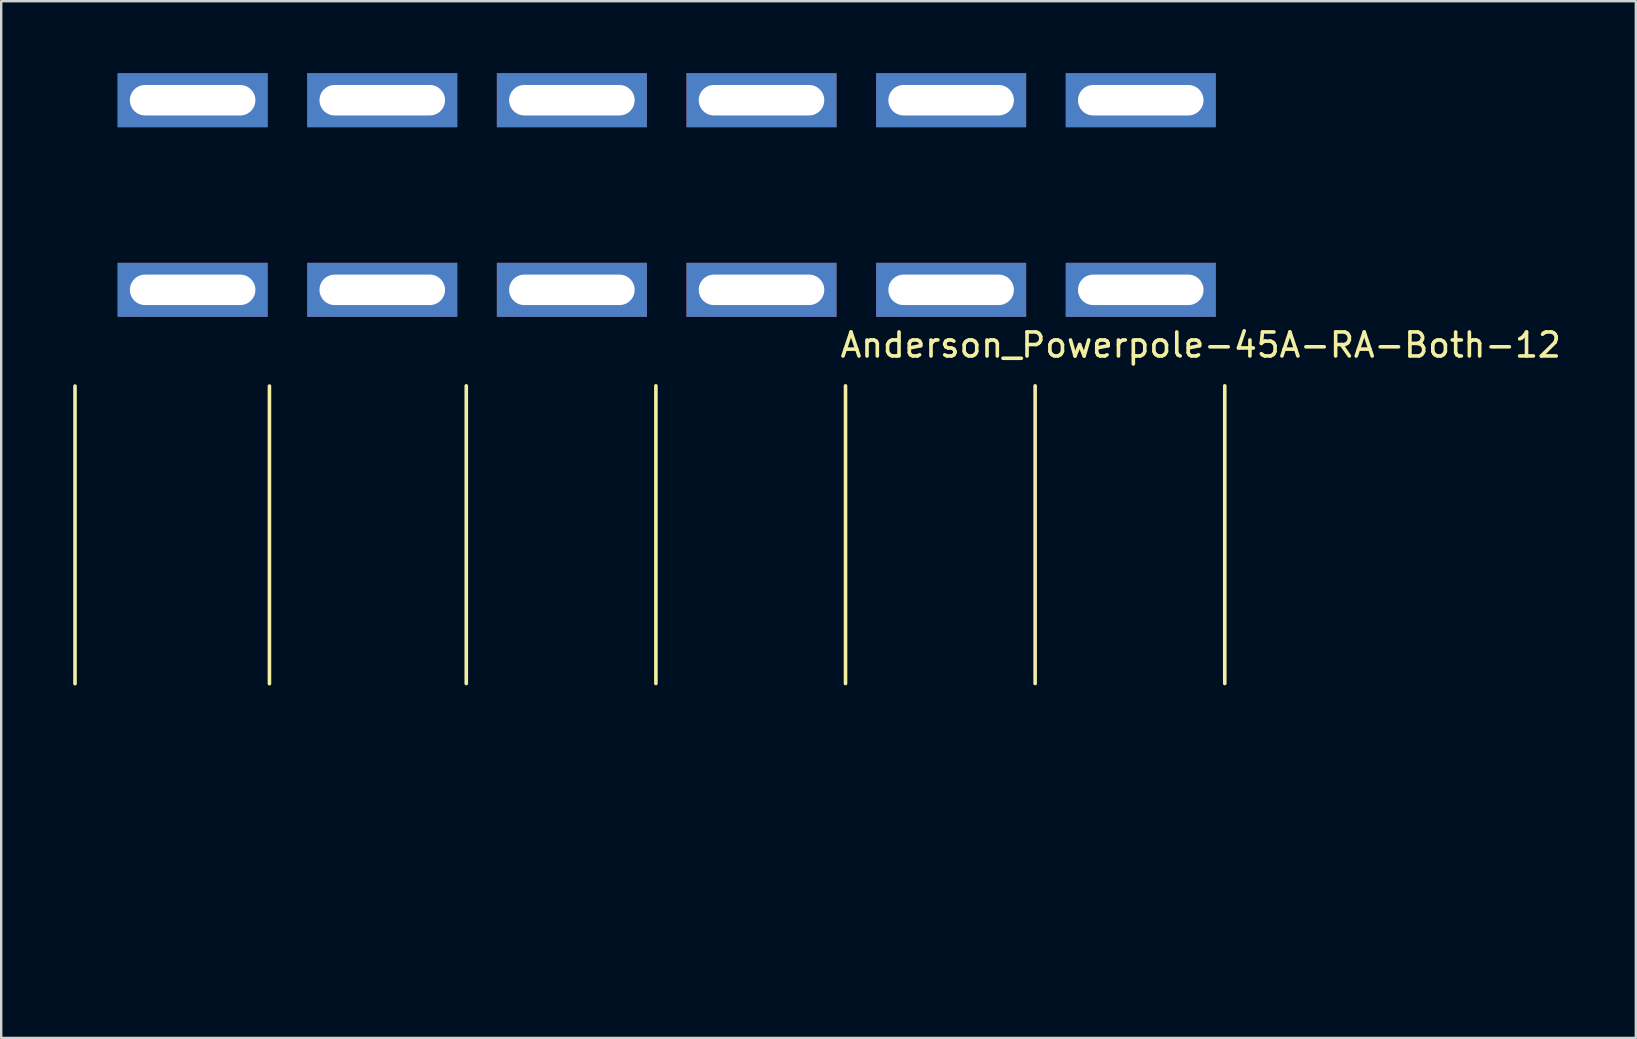
<source format=kicad_pcb>
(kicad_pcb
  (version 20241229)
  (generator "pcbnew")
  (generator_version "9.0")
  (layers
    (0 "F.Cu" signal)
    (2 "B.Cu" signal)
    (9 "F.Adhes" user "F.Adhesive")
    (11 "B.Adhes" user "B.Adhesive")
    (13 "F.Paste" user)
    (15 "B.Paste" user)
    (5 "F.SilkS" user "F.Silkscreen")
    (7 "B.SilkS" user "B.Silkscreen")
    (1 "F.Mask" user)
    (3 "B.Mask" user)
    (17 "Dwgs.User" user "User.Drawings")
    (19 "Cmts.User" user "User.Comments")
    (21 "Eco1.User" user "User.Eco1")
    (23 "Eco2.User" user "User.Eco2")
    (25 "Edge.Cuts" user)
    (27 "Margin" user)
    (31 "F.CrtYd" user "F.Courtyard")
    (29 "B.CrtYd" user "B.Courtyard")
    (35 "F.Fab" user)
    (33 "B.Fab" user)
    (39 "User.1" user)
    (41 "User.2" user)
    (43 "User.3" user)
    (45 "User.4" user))
  (footprint "Anderson_Powerpole-45A-RA-Both-12"
    (layer "F.Cu")
    (at 4.975 1.125)
    (property "Reference" "Anderson_Powerpole-45A-RA-Both-12" (at 42 10.2 0) (layer "F.SilkS") (effects (font (size 1 1) (thickness 0.15))))
    (attr through_hole)
    (fp_line (start -4.9 11.908) (end -4.9 24.308) (stroke (width 0.15) (type solid)) (layer "F.SilkS"))
    (fp_line (start 3.2 11.908) (end 3.2 24.308) (stroke (width 0.15) (type solid)) (layer "F.SilkS"))
    (fp_line (start 11.4 11.9) (end 11.4 24.3) (stroke (width 0.15) (type solid)) (layer "F.SilkS"))
    (fp_line (start 19.3 11.9) (end 19.3 24.3) (stroke (width 0.15) (type solid)) (layer "F.SilkS"))
    (fp_line (start 27.2 11.9) (end 27.2 24.3) (stroke (width 0.15) (type solid)) (layer "F.SilkS"))
    (fp_line (start 35.1 11.9) (end 35.1 24.3) (stroke (width 0.15) (type solid)) (layer "F.SilkS"))
    (fp_line (start 43 11.9) (end 43 24.3) (stroke (width 0.15) (type solid)) (layer "F.SilkS"))
    (fp_line (start 0 0) (end 0 34.492) (stroke (width 0.15) (type solid)) (layer "Eco1.User"))
    (fp_line (start 0.25 34.492) (end -0.25 34.492) (stroke (width 0.15) (type solid)) (layer "Eco1.User"))
    (fp_line (start 7.9 0) (end 7.9 34.492) (stroke (width 0.15) (type solid)) (layer "Eco1.User"))
    (fp_line (start 8.15 34.492) (end 7.65 34.492) (stroke (width 0.15) (type solid)) (layer "Eco1.User"))
    (fp_line (start 15.8 0) (end 15.8 34.492) (stroke (width 0.15) (type solid)) (layer "Eco1.User"))
    (fp_line (start 16.05 34.492) (end 15.55 34.492) (stroke (width 0.15) (type solid)) (layer "Eco1.User"))
    (fp_line (start 23.7 0) (end 23.7 34.492) (stroke (width 0.15) (type solid)) (layer "Eco1.User"))
    (fp_line (start 23.95 34.492) (end 23.45 34.492) (stroke (width 0.15) (type solid)) (layer "Eco1.User"))
    (fp_line (start 31.6 0) (end 31.6 34.492) (stroke (width 0.15) (type solid)) (layer "Eco1.User"))
    (fp_line (start 31.85 34.492) (end 31.35 34.492) (stroke (width 0.15) (type solid)) (layer "Eco1.User"))
    (fp_line (start 39.5 0) (end 39.5 34.492) (stroke (width 0.15) (type solid)) (layer "Eco1.User"))
    (fp_line (start 39.75 34.492) (end 39.25 34.492) (stroke (width 0.15) (type solid)) (layer "Eco1.User"))
    (fp_line (start -4.2 11.392) (end 4.2 11.392) (stroke (width 0.15) (type solid)) (layer "Eco2.User"))
    (fp_line (start -4.1 24.792) (end -4.2 11.392) (stroke (width 0.15) (type solid)) (layer "Eco2.User"))
    (fp_line (start -3.95 35.992) (end -4.1 27.392) (stroke (width 0.15) (type solid)) (layer "Eco2.User"))
    (fp_line (start 3.7 11.392) (end 12.1 11.392) (stroke (width 0.15) (type solid)) (layer "Eco2.User"))
    (fp_line (start 3.8 24.792) (end 3.7 11.392) (stroke (width 0.15) (type solid)) (layer "Eco2.User"))
    (fp_line (start 3.95 35.992) (end -3.95 35.992) (stroke (width 0.15) (type solid)) (layer "Eco2.User"))
    (fp_line (start 3.95 35.992) (end 3.8 27.392) (stroke (width 0.15) (type solid)) (layer "Eco2.User"))
    (fp_line (start 3.95 35.992) (end 4.1 27.392) (stroke (width 0.15) (type solid)) (layer "Eco2.User"))
    (fp_line (start 4.1 24.792) (end 4.2 11.392) (stroke (width 0.15) (type solid)) (layer "Eco2.User"))
    (fp_line (start 11.6 11.392) (end 20 11.392) (stroke (width 0.15) (type solid)) (layer "Eco2.User"))
    (fp_line (start 11.7 24.792) (end 11.6 11.392) (stroke (width 0.15) (type solid)) (layer "Eco2.User"))
    (fp_line (start 11.85 35.992) (end 3.95 35.992) (stroke (width 0.15) (type solid)) (layer "Eco2.User"))
    (fp_line (start 11.85 35.992) (end 11.7 27.392) (stroke (width 0.15) (type solid)) (layer "Eco2.User"))
    (fp_line (start 11.85 35.992) (end 12 27.392) (stroke (width 0.15) (type solid)) (layer "Eco2.User"))
    (fp_line (start 12 24.792) (end 12.1 11.392) (stroke (width 0.15) (type solid)) (layer "Eco2.User"))
    (fp_line (start 19.5 11.392) (end 27.9 11.392) (stroke (width 0.15) (type solid)) (layer "Eco2.User"))
    (fp_line (start 19.6 24.792) (end 19.5 11.392) (stroke (width 0.15) (type solid)) (layer "Eco2.User"))
    (fp_line (start 19.75 35.992) (end 11.85 35.992) (stroke (width 0.15) (type solid)) (layer "Eco2.User"))
    (fp_line (start 19.75 35.992) (end 19.6 27.392) (stroke (width 0.15) (type solid)) (layer "Eco2.User"))
    (fp_line (start 19.75 35.992) (end 19.9 27.392) (stroke (width 0.15) (type solid)) (layer "Eco2.User"))
    (fp_line (start 19.9 24.792) (end 20 11.392) (stroke (width 0.15) (type solid)) (layer "Eco2.User"))
    (fp_line (start 27.4 11.392) (end 35.8 11.392) (stroke (width 0.15) (type solid)) (layer "Eco2.User"))
    (fp_line (start 27.5 24.792) (end 27.4 11.392) (stroke (width 0.15) (type solid)) (layer "Eco2.User"))
    (fp_line (start 27.65 35.992) (end 19.75 35.992) (stroke (width 0.15) (type solid)) (layer "Eco2.User"))
    (fp_line (start 27.65 35.992) (end 27.5 27.392) (stroke (width 0.15) (type solid)) (layer "Eco2.User"))
    (fp_line (start 27.65 35.992) (end 27.8 27.392) (stroke (width 0.15) (type solid)) (layer "Eco2.User"))
    (fp_line (start 27.8 24.792) (end 27.9 11.392) (stroke (width 0.15) (type solid)) (layer "Eco2.User"))
    (fp_line (start 35.3 11.392) (end 43.7 11.392) (stroke (width 0.15) (type solid)) (layer "Eco2.User"))
    (fp_line (start 35.4 24.792) (end 35.3 11.392) (stroke (width 0.15) (type solid)) (layer "Eco2.User"))
    (fp_line (start 35.55 35.992) (end 27.65 35.992) (stroke (width 0.15) (type solid)) (layer "Eco2.User"))
    (fp_line (start 35.55 35.992) (end 35.4 27.392) (stroke (width 0.15) (type solid)) (layer "Eco2.User"))
    (fp_line (start 35.55 35.992) (end 35.7 27.392) (stroke (width 0.15) (type solid)) (layer "Eco2.User"))
    (fp_line (start 35.7 24.792) (end 35.8 11.392) (stroke (width 0.15) (type solid)) (layer "Eco2.User"))
    (fp_line (start 43.45 35.992) (end 35.55 35.992) (stroke (width 0.15) (type solid)) (layer "Eco2.User"))
    (fp_line (start 43.45 35.992) (end 43.6 27.392) (stroke (width 0.15) (type solid)) (layer "Eco2.User"))
    (fp_line (start 43.6 24.792) (end 43.7 11.392) (stroke (width 0.15) (type solid)) (layer "Eco2.User"))
    (fp_arc (start -4.1 24.792) (mid -3.180761 25.172761) (end -2.8 26.092) (stroke (width 0.15) (type solid)) (layer "Eco2.User"))
    (fp_arc (start -2.8 26.092) (mid -3.180761 27.011239) (end -4.1 27.392) (stroke (width 0.15) (type solid)) (layer "Eco2.User"))
    (fp_arc (start 2.8 26.092) (mid 3.180761 25.172761) (end 4.1 24.792) (stroke (width 0.15) (type solid)) (layer "Eco2.User"))
    (fp_arc (start 3.8 24.792) (mid 4.719239 25.172761) (end 5.1 26.092) (stroke (width 0.15) (type solid)) (layer "Eco2.User"))
    (fp_arc (start 4.1 27.392) (mid 3.180761 27.011239) (end 2.8 26.092) (stroke (width 0.15) (type solid)) (layer "Eco2.User"))
    (fp_arc (start 5.1 26.092) (mid 4.719239 27.011239) (end 3.8 27.392) (stroke (width 0.15) (type solid)) (layer "Eco2.User"))
    (fp_arc (start 10.7 26.092) (mid 11.080761 25.172761) (end 12 24.792) (stroke (width 0.15) (type solid)) (layer "Eco2.User"))
    (fp_arc (start 11.7 24.792) (mid 12.619239 25.172761) (end 13 26.092) (stroke (width 0.15) (type solid)) (layer "Eco2.User"))
    (fp_arc (start 12 27.392) (mid 11.080761 27.011239) (end 10.7 26.092) (stroke (width 0.15) (type solid)) (layer "Eco2.User"))
    (fp_arc (start 13 26.092) (mid 12.619239 27.011239) (end 11.7 27.392) (stroke (width 0.15) (type solid)) (layer "Eco2.User"))
    (fp_arc (start 18.6 26.092) (mid 18.980761 25.172761) (end 19.9 24.792) (stroke (width 0.15) (type solid)) (layer "Eco2.User"))
    (fp_arc (start 19.6 24.792) (mid 20.519239 25.172761) (end 20.9 26.092) (stroke (width 0.15) (type solid)) (layer "Eco2.User"))
    (fp_arc (start 19.9 27.392) (mid 18.980761 27.011239) (end 18.6 26.092) (stroke (width 0.15) (type solid)) (layer "Eco2.User"))
    (fp_arc (start 20.9 26.092) (mid 20.519239 27.011239) (end 19.6 27.392) (stroke (width 0.15) (type solid)) (layer "Eco2.User"))
    (fp_arc (start 26.5 26.092) (mid 26.880761 25.172761) (end 27.8 24.792) (stroke (width 0.15) (type solid)) (layer "Eco2.User"))
    (fp_arc (start 27.5 24.792) (mid 28.419239 25.172761) (end 28.8 26.092) (stroke (width 0.15) (type solid)) (layer "Eco2.User"))
    (fp_arc (start 27.8 27.392) (mid 26.880761 27.011239) (end 26.5 26.092) (stroke (width 0.15) (type solid)) (layer "Eco2.User"))
    (fp_arc (start 28.8 26.092) (mid 28.419239 27.011239) (end 27.5 27.392) (stroke (width 0.15) (type solid)) (layer "Eco2.User"))
    (fp_arc (start 34.4 26.092) (mid 34.780761 25.172761) (end 35.7 24.792) (stroke (width 0.15) (type solid)) (layer "Eco2.User"))
    (fp_arc (start 35.4 24.792) (mid 36.319239 25.172761) (end 36.7 26.092) (stroke (width 0.15) (type solid)) (layer "Eco2.User"))
    (fp_arc (start 35.7 27.392) (mid 34.780761 27.011239) (end 34.4 26.092) (stroke (width 0.15) (type solid)) (layer "Eco2.User"))
    (fp_arc (start 36.7 26.092) (mid 36.319239 27.011239) (end 35.4 27.392) (stroke (width 0.15) (type solid)) (layer "Eco2.User"))
    (fp_arc (start 42.3 26.092) (mid 42.680761 25.172761) (end 43.6 24.792) (stroke (width 0.15) (type solid)) (layer "Eco2.User"))
    (fp_arc (start 43.6 27.392) (mid 42.680761 27.011239) (end 42.3 26.092) (stroke (width 0.15) (type solid)) (layer "Eco2.User"))
    (pad "1" thru_hole rect (at 0 7.9) (size 6.25 2.25) (drill oval 5.23 1.27) (layers "*.Cu" "*.Mask"))
    (pad "2" thru_hole rect (at 0 0) (size 6.25 2.25) (drill oval 5.23 1.27) (layers "*.Cu" "*.Mask"))
    (pad "3" thru_hole rect (at 7.9 7.9) (size 6.25 2.25) (drill oval 5.23 1.27) (layers "*.Cu" "*.Mask"))
    (pad "4" thru_hole rect (at 7.9 0) (size 6.25 2.25) (drill oval 5.23 1.27) (layers "*.Cu" "*.Mask"))
    (pad "5" thru_hole rect (at 15.8 7.9) (size 6.25 2.25) (drill oval 5.23 1.27) (layers "*.Cu" "*.Mask"))
    (pad "6" thru_hole rect (at 15.8 0) (size 6.25 2.25) (drill oval 5.23 1.27) (layers "*.Cu" "*.Mask"))
    (pad "7" thru_hole rect (at 23.7 7.9) (size 6.25 2.25) (drill oval 5.23 1.27) (layers "*.Cu" "*.Mask"))
    (pad "8" thru_hole rect (at 23.7 0) (size 6.25 2.25) (drill oval 5.23 1.27) (layers "*.Cu" "*.Mask"))
    (pad "9" thru_hole rect (at 31.6 7.9) (size 6.25 2.25) (drill oval 5.23 1.27) (layers "*.Cu" "*.Mask"))
    (pad "10" thru_hole rect (at 31.6 0) (size 6.25 2.25) (drill oval 5.23 1.27) (layers "*.Cu" "*.Mask"))
    (pad "11" thru_hole rect (at 39.5 7.9) (size 6.25 2.25) (drill oval 5.23 1.27) (layers "*.Cu" "*.Mask"))
    (pad "12" thru_hole rect (at 39.5 0) (size 6.25 2.25) (drill oval 5.23 1.27) (layers "*.Cu" "*.Mask")))
  (gr_rect
    (start -3 -3)
    (end 65.1 40.192)
    (stroke (width 0.1) (type default))
    (fill no)
    (layer "Edge.Cuts")))
</source>
